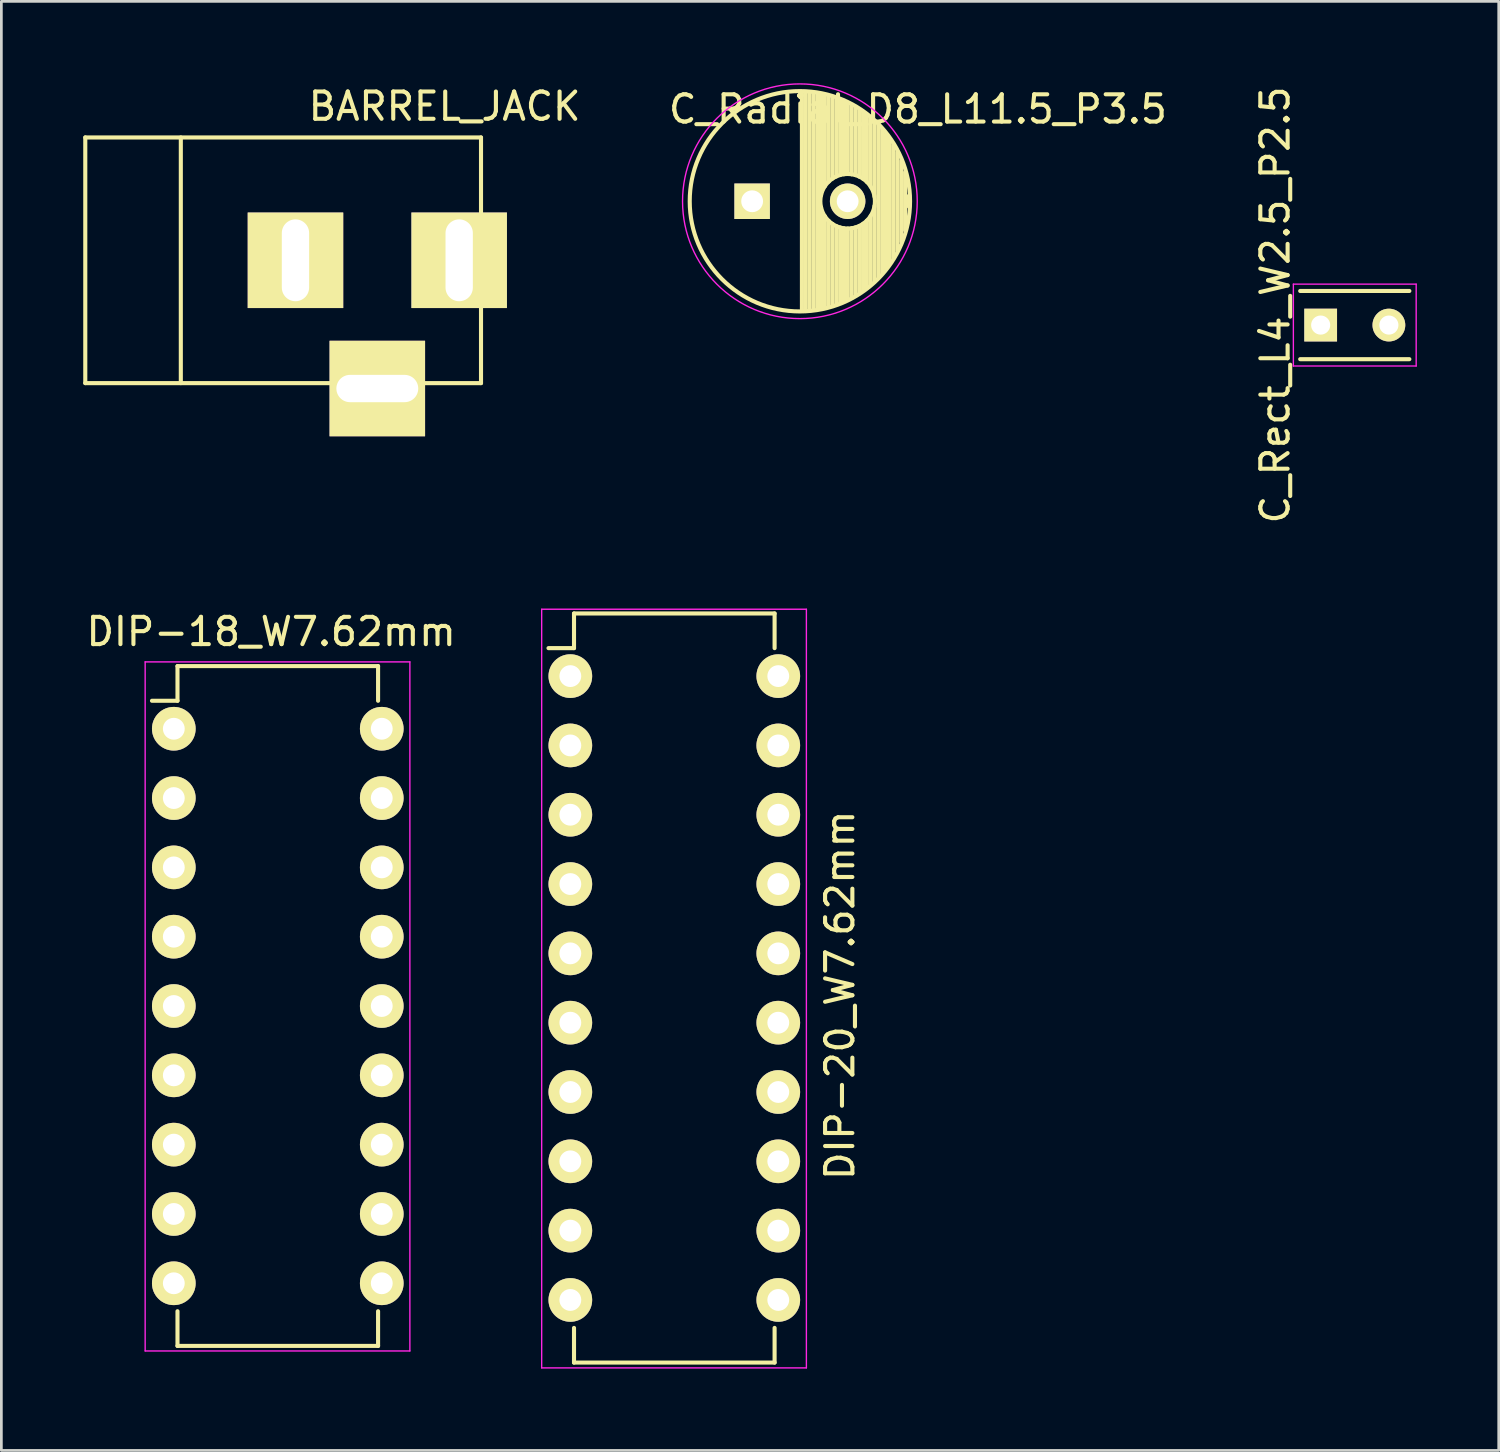
<source format=kicad_pcb>
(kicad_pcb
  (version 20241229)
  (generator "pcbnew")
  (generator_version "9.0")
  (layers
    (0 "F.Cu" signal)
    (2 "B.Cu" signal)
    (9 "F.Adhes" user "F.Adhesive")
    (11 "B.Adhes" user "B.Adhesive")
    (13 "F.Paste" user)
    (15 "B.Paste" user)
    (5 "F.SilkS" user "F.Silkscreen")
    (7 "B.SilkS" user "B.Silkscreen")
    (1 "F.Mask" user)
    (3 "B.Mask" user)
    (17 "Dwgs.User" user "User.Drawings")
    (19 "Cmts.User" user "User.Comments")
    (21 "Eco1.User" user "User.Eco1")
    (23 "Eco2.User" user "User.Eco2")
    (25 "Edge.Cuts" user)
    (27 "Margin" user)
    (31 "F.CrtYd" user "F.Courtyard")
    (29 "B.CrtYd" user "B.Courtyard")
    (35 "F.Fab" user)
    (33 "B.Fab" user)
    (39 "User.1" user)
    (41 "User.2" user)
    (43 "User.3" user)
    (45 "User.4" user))
  (footprint "DIP-20_W7.62mm"
    (placed yes)
    (layer "F.Cu")
    (at 17.849 21.725)
    (property "Reference" "DIP-20_W7.62mm" (at 9.88 11.695 90) (layer "F.SilkS") (effects (font (size 1 1) (thickness 0.15))))
    (attr through_hole)
    (fp_line (start 0.135 -2.295) (end 0.135 -1.025) (stroke (width 0.15) (type solid)) (layer "F.SilkS"))
    (fp_line (start 0.135 -2.295) (end 7.485 -2.295) (stroke (width 0.15) (type solid)) (layer "F.SilkS"))
    (fp_line (start 0.135 -1.025) (end -0.8 -1.025) (stroke (width 0.15) (type solid)) (layer "F.SilkS"))
    (fp_line (start 0.135 25.155) (end 0.135 23.885) (stroke (width 0.15) (type solid)) (layer "F.SilkS"))
    (fp_line (start 0.135 25.155) (end 7.485 25.155) (stroke (width 0.15) (type solid)) (layer "F.SilkS"))
    (fp_line (start 7.485 -2.295) (end 7.485 -1.025) (stroke (width 0.15) (type solid)) (layer "F.SilkS"))
    (fp_line (start 7.485 25.155) (end 7.485 23.885) (stroke (width 0.15) (type solid)) (layer "F.SilkS"))
    (fp_line (start -1.05 -2.45) (end -1.05 25.35) (stroke (width 0.05) (type solid)) (layer "F.CrtYd"))
    (fp_line (start -1.05 -2.45) (end 8.65 -2.45) (stroke (width 0.05) (type solid)) (layer "F.CrtYd"))
    (fp_line (start -1.05 25.35) (end 8.65 25.35) (stroke (width 0.05) (type solid)) (layer "F.CrtYd"))
    (fp_line (start 8.65 -2.45) (end 8.65 25.35) (stroke (width 0.05) (type solid)) (layer "F.CrtYd"))
    (pad "1" thru_hole oval (at 0 0) (size 1.6 1.6) (drill 0.8) (layers "*.Cu" "*.Mask" "F.SilkS"))
    (pad "2" thru_hole oval (at 0 2.54) (size 1.6 1.6) (drill 0.8) (layers "*.Cu" "*.Mask" "F.SilkS"))
    (pad "3" thru_hole oval (at 0 5.08) (size 1.6 1.6) (drill 0.8) (layers "*.Cu" "*.Mask" "F.SilkS"))
    (pad "4" thru_hole oval (at 0 7.62) (size 1.6 1.6) (drill 0.8) (layers "*.Cu" "*.Mask" "F.SilkS"))
    (pad "5" thru_hole oval (at 0 10.16) (size 1.6 1.6) (drill 0.8) (layers "*.Cu" "*.Mask" "F.SilkS"))
    (pad "6" thru_hole oval (at 0 12.7) (size 1.6 1.6) (drill 0.8) (layers "*.Cu" "*.Mask" "F.SilkS"))
    (pad "7" thru_hole oval (at 0 15.24) (size 1.6 1.6) (drill 0.8) (layers "*.Cu" "*.Mask" "F.SilkS"))
    (pad "8" thru_hole oval (at 0 17.78) (size 1.6 1.6) (drill 0.8) (layers "*.Cu" "*.Mask" "F.SilkS"))
    (pad "9" thru_hole oval (at 0 20.32) (size 1.6 1.6) (drill 0.8) (layers "*.Cu" "*.Mask" "F.SilkS"))
    (pad "10" thru_hole oval (at 0 22.86) (size 1.6 1.6) (drill 0.8) (layers "*.Cu" "*.Mask" "F.SilkS"))
    (pad "11" thru_hole oval (at 7.62 22.86) (size 1.6 1.6) (drill 0.8) (layers "*.Cu" "*.Mask" "F.SilkS"))
    (pad "12" thru_hole oval (at 7.62 20.32) (size 1.6 1.6) (drill 0.8) (layers "*.Cu" "*.Mask" "F.SilkS"))
    (pad "13" thru_hole oval (at 7.62 17.78) (size 1.6 1.6) (drill 0.8) (layers "*.Cu" "*.Mask" "F.SilkS"))
    (pad "14" thru_hole oval (at 7.62 15.24) (size 1.6 1.6) (drill 0.8) (layers "*.Cu" "*.Mask" "F.SilkS"))
    (pad "15" thru_hole oval (at 7.62 12.7) (size 1.6 1.6) (drill 0.8) (layers "*.Cu" "*.Mask" "F.SilkS"))
    (pad "16" thru_hole oval (at 7.62 10.16) (size 1.6 1.6) (drill 0.8) (layers "*.Cu" "*.Mask" "F.SilkS"))
    (pad "17" thru_hole oval (at 7.62 7.62) (size 1.6 1.6) (drill 0.8) (layers "*.Cu" "*.Mask" "F.SilkS"))
    (pad "18" thru_hole oval (at 7.62 5.08) (size 1.6 1.6) (drill 0.8) (layers "*.Cu" "*.Mask" "F.SilkS"))
    (pad "19" thru_hole oval (at 7.62 2.54) (size 1.6 1.6) (drill 0.8) (layers "*.Cu" "*.Mask" "F.SilkS"))
    (pad "20" thru_hole oval (at 7.62 0) (size 1.6 1.6) (drill 0.8) (layers "*.Cu" "*.Mask" "F.SilkS")))
  (footprint "C_Radial_D8_L11.5_P3.5"
    (placed yes)
    (layer "F.Cu")
    (at 24.511 4.325)
    (property "Reference" "C_Radial_D8_L11.5_P3.5" (at 6.075 -3.375 0) (layer "F.SilkS") (effects (font (size 1 1) (thickness 0.15))))
    (attr through_hole)
    (fp_line (start 1.825 -3.999) (end 1.825 3.999) (stroke (width 0.15) (type solid)) (layer "F.SilkS"))
    (fp_line (start 1.965 -3.994) (end 1.965 3.994) (stroke (width 0.15) (type solid)) (layer "F.SilkS"))
    (fp_line (start 2.105 -3.984) (end 2.105 3.984) (stroke (width 0.15) (type solid)) (layer "F.SilkS"))
    (fp_line (start 2.245 -3.969) (end 2.245 3.969) (stroke (width 0.15) (type solid)) (layer "F.SilkS"))
    (fp_line (start 2.385 -3.949) (end 2.385 3.949) (stroke (width 0.15) (type solid)) (layer "F.SilkS"))
    (fp_line (start 2.525 -3.924) (end 2.525 -0.222) (stroke (width 0.15) (type solid)) (layer "F.SilkS"))
    (fp_line (start 2.525 0.222) (end 2.525 3.924) (stroke (width 0.15) (type solid)) (layer "F.SilkS"))
    (fp_line (start 2.665 -3.894) (end 2.665 -0.55) (stroke (width 0.15) (type solid)) (layer "F.SilkS"))
    (fp_line (start 2.665 0.55) (end 2.665 3.894) (stroke (width 0.15) (type solid)) (layer "F.SilkS"))
    (fp_line (start 2.805 -3.858) (end 2.805 -0.719) (stroke (width 0.15) (type solid)) (layer "F.SilkS"))
    (fp_line (start 2.805 0.719) (end 2.805 3.858) (stroke (width 0.15) (type solid)) (layer "F.SilkS"))
    (fp_line (start 2.945 -3.817) (end 2.945 -0.832) (stroke (width 0.15) (type solid)) (layer "F.SilkS"))
    (fp_line (start 2.945 0.832) (end 2.945 3.817) (stroke (width 0.15) (type solid)) (layer "F.SilkS"))
    (fp_line (start 3.085 -3.771) (end 3.085 -0.91) (stroke (width 0.15) (type solid)) (layer "F.SilkS"))
    (fp_line (start 3.085 0.91) (end 3.085 3.771) (stroke (width 0.15) (type solid)) (layer "F.SilkS"))
    (fp_line (start 3.225 -3.718) (end 3.225 -0.961) (stroke (width 0.15) (type solid)) (layer "F.SilkS"))
    (fp_line (start 3.225 0.961) (end 3.225 3.718) (stroke (width 0.15) (type solid)) (layer "F.SilkS"))
    (fp_line (start 3.365 -3.659) (end 3.365 -0.991) (stroke (width 0.15) (type solid)) (layer "F.SilkS"))
    (fp_line (start 3.365 0.991) (end 3.365 3.659) (stroke (width 0.15) (type solid)) (layer "F.SilkS"))
    (fp_line (start 3.505 -3.594) (end 3.505 -1) (stroke (width 0.15) (type solid)) (layer "F.SilkS"))
    (fp_line (start 3.505 1) (end 3.505 3.594) (stroke (width 0.15) (type solid)) (layer "F.SilkS"))
    (fp_line (start 3.645 -3.523) (end 3.645 -0.989) (stroke (width 0.15) (type solid)) (layer "F.SilkS"))
    (fp_line (start 3.645 0.989) (end 3.645 3.523) (stroke (width 0.15) (type solid)) (layer "F.SilkS"))
    (fp_line (start 3.785 -3.444) (end 3.785 -0.959) (stroke (width 0.15) (type solid)) (layer "F.SilkS"))
    (fp_line (start 3.785 0.959) (end 3.785 3.444) (stroke (width 0.15) (type solid)) (layer "F.SilkS"))
    (fp_line (start 3.925 -3.357) (end 3.925 -0.905) (stroke (width 0.15) (type solid)) (layer "F.SilkS"))
    (fp_line (start 3.925 0.905) (end 3.925 3.357) (stroke (width 0.15) (type solid)) (layer "F.SilkS"))
    (fp_line (start 4.065 -3.262) (end 4.065 -0.825) (stroke (width 0.15) (type solid)) (layer "F.SilkS"))
    (fp_line (start 4.065 0.825) (end 4.065 3.262) (stroke (width 0.15) (type solid)) (layer "F.SilkS"))
    (fp_line (start 4.205 -3.158) (end 4.205 -0.709) (stroke (width 0.15) (type solid)) (layer "F.SilkS"))
    (fp_line (start 4.205 0.709) (end 4.205 3.158) (stroke (width 0.15) (type solid)) (layer "F.SilkS"))
    (fp_line (start 4.345 -3.044) (end 4.345 -0.535) (stroke (width 0.15) (type solid)) (layer "F.SilkS"))
    (fp_line (start 4.345 0.535) (end 4.345 3.044) (stroke (width 0.15) (type solid)) (layer "F.SilkS"))
    (fp_line (start 4.485 -2.919) (end 4.485 -0.173) (stroke (width 0.15) (type solid)) (layer "F.SilkS"))
    (fp_line (start 4.485 0.173) (end 4.485 2.919) (stroke (width 0.15) (type solid)) (layer "F.SilkS"))
    (fp_line (start 4.625 -2.781) (end 4.625 2.781) (stroke (width 0.15) (type solid)) (layer "F.SilkS"))
    (fp_line (start 4.765 -2.629) (end 4.765 2.629) (stroke (width 0.15) (type solid)) (layer "F.SilkS"))
    (fp_line (start 4.905 -2.459) (end 4.905 2.459) (stroke (width 0.15) (type solid)) (layer "F.SilkS"))
    (fp_line (start 5.045 -2.268) (end 5.045 2.268) (stroke (width 0.15) (type solid)) (layer "F.SilkS"))
    (fp_line (start 5.185 -2.05) (end 5.185 2.05) (stroke (width 0.15) (type solid)) (layer "F.SilkS"))
    (fp_line (start 5.325 -1.794) (end 5.325 1.794) (stroke (width 0.15) (type solid)) (layer "F.SilkS"))
    (fp_line (start 5.465 -1.483) (end 5.465 1.483) (stroke (width 0.15) (type solid)) (layer "F.SilkS"))
    (fp_line (start 5.605 -1.067) (end 5.605 1.067) (stroke (width 0.15) (type solid)) (layer "F.SilkS"))
    (fp_line (start 5.745 -0.2) (end 5.745 0.2) (stroke (width 0.15) (type solid)) (layer "F.SilkS"))
    (fp_circle (center 1.75 0) (end 1.75 -4.037) (stroke (width 0.15) (type solid)) (fill no) (layer "F.SilkS"))
    (fp_circle (center 3.5 0) (end 3.5 -1) (stroke (width 0.15) (type solid)) (fill no) (layer "F.SilkS"))
    (fp_circle (center 1.75 0) (end 1.75 -4.3) (stroke (width 0.05) (type solid)) (fill no) (layer "F.CrtYd"))
    (pad "1" thru_hole rect (at 0 0) (size 1.3 1.3) (drill 0.8) (layers "*.Cu" "*.Mask" "F.SilkS"))
    (pad "2" thru_hole circle (at 3.5 0) (size 1.3 1.3) (drill 0.8) (layers "*.Cu" "*.Mask" "F.SilkS")))
  (footprint "BARREL_JACK"
    (layer "F.Cu")
    (at 7.576 6.488)
    (property "Reference" "BARREL_JACK" (at 5.665 -5.64 180) (layer "F.SilkS") (effects (font (size 1 1) (thickness 0.15))))
    (attr through_hole)
    (fp_line (start -7.501 -4.501) (end -7.501 4.501) (stroke (width 0.15) (type solid)) (layer "F.SilkS"))
    (fp_line (start -7.501 4.501) (end 7 4.501) (stroke (width 0.15) (type solid)) (layer "F.SilkS"))
    (fp_line (start -4 -4.501) (end -4 4.501) (stroke (width 0.15) (type solid)) (layer "F.SilkS"))
    (fp_line (start 7 -4.501) (end -7.501 -4.501) (stroke (width 0.15) (type solid)) (layer "F.SilkS"))
    (fp_line (start 7 4.501) (end 7 -4.501) (stroke (width 0.15) (type solid)) (layer "F.SilkS"))
    (pad "1" thru_hole rect (at 6.2 0) (size 3.5 3.5) (drill oval 1.001 3) (layers "*.Cu" "*.Mask" "F.SilkS"))
    (pad "2" thru_hole rect (at 0.201 0) (size 3.5 3.5) (drill oval 1.001 3) (layers "*.Cu" "*.Mask" "F.SilkS"))
    (pad "3" thru_hole rect (at 3.2 4.699) (size 3.5 3.5) (drill oval 3 1.001) (layers "*.Cu" "*.Mask" "F.SilkS")))
  (footprint "C_Rect_L4_W2.5_P2.5"
    (layer "F.Cu")
    (at 45.344 8.862)
    (property "Reference" "C_Rect_L4_W2.5_P2.5" (at -1.666 -0.737 90) (layer "F.SilkS") (effects (font (size 1 1) (thickness 0.15))))
    (attr through_hole)
    (fp_line (start -0.75 -1.25) (end 3.25 -1.25) (stroke (width 0.15) (type solid)) (layer "F.SilkS"))
    (fp_line (start -0.75 1.25) (end 3.25 1.25) (stroke (width 0.15) (type solid)) (layer "F.SilkS"))
    (fp_line (start -1 -1.5) (end 3.5 -1.5) (stroke (width 0.05) (type solid)) (layer "F.CrtYd"))
    (fp_line (start -1 1.5) (end -1 -1.5) (stroke (width 0.05) (type solid)) (layer "F.CrtYd"))
    (fp_line (start 3.5 -1.5) (end 3.5 1.5) (stroke (width 0.05) (type solid)) (layer "F.CrtYd"))
    (fp_line (start 3.5 1.5) (end -1 1.5) (stroke (width 0.05) (type solid)) (layer "F.CrtYd"))
    (pad "1" thru_hole rect (at 0 0) (size 1.2 1.2) (drill 0.7) (layers "*.Cu" "*.Mask" "F.SilkS"))
    (pad "2" thru_hole circle (at 2.5 0) (size 1.2 1.2) (drill 0.7) (layers "*.Cu" "*.Mask" "F.SilkS")))
  (footprint "DIP-18_W7.62mm"
    (layer "F.Cu")
    (at 3.319 23.654)
    (property "Reference" "DIP-18_W7.62mm" (at 3.568 -3.556 0) (layer "F.SilkS") (effects (font (size 1 1) (thickness 0.15))))
    (attr through_hole)
    (fp_line (start 0.135 -2.295) (end 0.135 -1.025) (stroke (width 0.15) (type solid)) (layer "F.SilkS"))
    (fp_line (start 0.135 -2.295) (end 7.485 -2.295) (stroke (width 0.15) (type solid)) (layer "F.SilkS"))
    (fp_line (start 0.135 -1.025) (end -0.8 -1.025) (stroke (width 0.15) (type solid)) (layer "F.SilkS"))
    (fp_line (start 0.135 22.615) (end 0.135 21.345) (stroke (width 0.15) (type solid)) (layer "F.SilkS"))
    (fp_line (start 0.135 22.615) (end 7.485 22.615) (stroke (width 0.15) (type solid)) (layer "F.SilkS"))
    (fp_line (start 7.485 -2.295) (end 7.485 -1.025) (stroke (width 0.15) (type solid)) (layer "F.SilkS"))
    (fp_line (start 7.485 22.615) (end 7.485 21.345) (stroke (width 0.15) (type solid)) (layer "F.SilkS"))
    (fp_line (start -1.05 -2.45) (end -1.05 22.8) (stroke (width 0.05) (type solid)) (layer "F.CrtYd"))
    (fp_line (start -1.05 -2.45) (end 8.65 -2.45) (stroke (width 0.05) (type solid)) (layer "F.CrtYd"))
    (fp_line (start -1.05 22.8) (end 8.65 22.8) (stroke (width 0.05) (type solid)) (layer "F.CrtYd"))
    (fp_line (start 8.65 -2.45) (end 8.65 22.8) (stroke (width 0.05) (type solid)) (layer "F.CrtYd"))
    (pad "1" thru_hole oval (at 0 0) (size 1.6 1.6) (drill 0.8) (layers "*.Cu" "*.Mask" "F.SilkS"))
    (pad "2" thru_hole oval (at 0 2.54) (size 1.6 1.6) (drill 0.8) (layers "*.Cu" "*.Mask" "F.SilkS"))
    (pad "3" thru_hole oval (at 0 5.08) (size 1.6 1.6) (drill 0.8) (layers "*.Cu" "*.Mask" "F.SilkS"))
    (pad "4" thru_hole oval (at 0 7.62) (size 1.6 1.6) (drill 0.8) (layers "*.Cu" "*.Mask" "F.SilkS"))
    (pad "5" thru_hole oval (at 0 10.16) (size 1.6 1.6) (drill 0.8) (layers "*.Cu" "*.Mask" "F.SilkS"))
    (pad "6" thru_hole oval (at 0 12.7) (size 1.6 1.6) (drill 0.8) (layers "*.Cu" "*.Mask" "F.SilkS"))
    (pad "7" thru_hole oval (at 0 15.24) (size 1.6 1.6) (drill 0.8) (layers "*.Cu" "*.Mask" "F.SilkS"))
    (pad "8" thru_hole oval (at 0 17.78) (size 1.6 1.6) (drill 0.8) (layers "*.Cu" "*.Mask" "F.SilkS"))
    (pad "9" thru_hole oval (at 0 20.32) (size 1.6 1.6) (drill 0.8) (layers "*.Cu" "*.Mask" "F.SilkS"))
    (pad "10" thru_hole oval (at 7.62 20.32) (size 1.6 1.6) (drill 0.8) (layers "*.Cu" "*.Mask" "F.SilkS"))
    (pad "11" thru_hole oval (at 7.62 17.78) (size 1.6 1.6) (drill 0.8) (layers "*.Cu" "*.Mask" "F.SilkS"))
    (pad "12" thru_hole oval (at 7.62 15.24) (size 1.6 1.6) (drill 0.8) (layers "*.Cu" "*.Mask" "F.SilkS"))
    (pad "13" thru_hole oval (at 7.62 12.7) (size 1.6 1.6) (drill 0.8) (layers "*.Cu" "*.Mask" "F.SilkS"))
    (pad "14" thru_hole oval (at 7.62 10.16) (size 1.6 1.6) (drill 0.8) (layers "*.Cu" "*.Mask" "F.SilkS"))
    (pad "15" thru_hole oval (at 7.62 7.62) (size 1.6 1.6) (drill 0.8) (layers "*.Cu" "*.Mask" "F.SilkS"))
    (pad "16" thru_hole oval (at 7.62 5.08) (size 1.6 1.6) (drill 0.8) (layers "*.Cu" "*.Mask" "F.SilkS"))
    (pad "17" thru_hole oval (at 7.62 2.54) (size 1.6 1.6) (drill 0.8) (layers "*.Cu" "*.Mask" "F.SilkS"))
    (pad "18" thru_hole oval (at 7.62 0) (size 1.6 1.6) (drill 0.8) (layers "*.Cu" "*.Mask" "F.SilkS")))
  (gr_rect
    (start -3 -3)
    (end 51.869 50.1)
    (stroke (width 0.1) (type default))
    (fill no)
    (layer "Edge.Cuts")))
</source>
